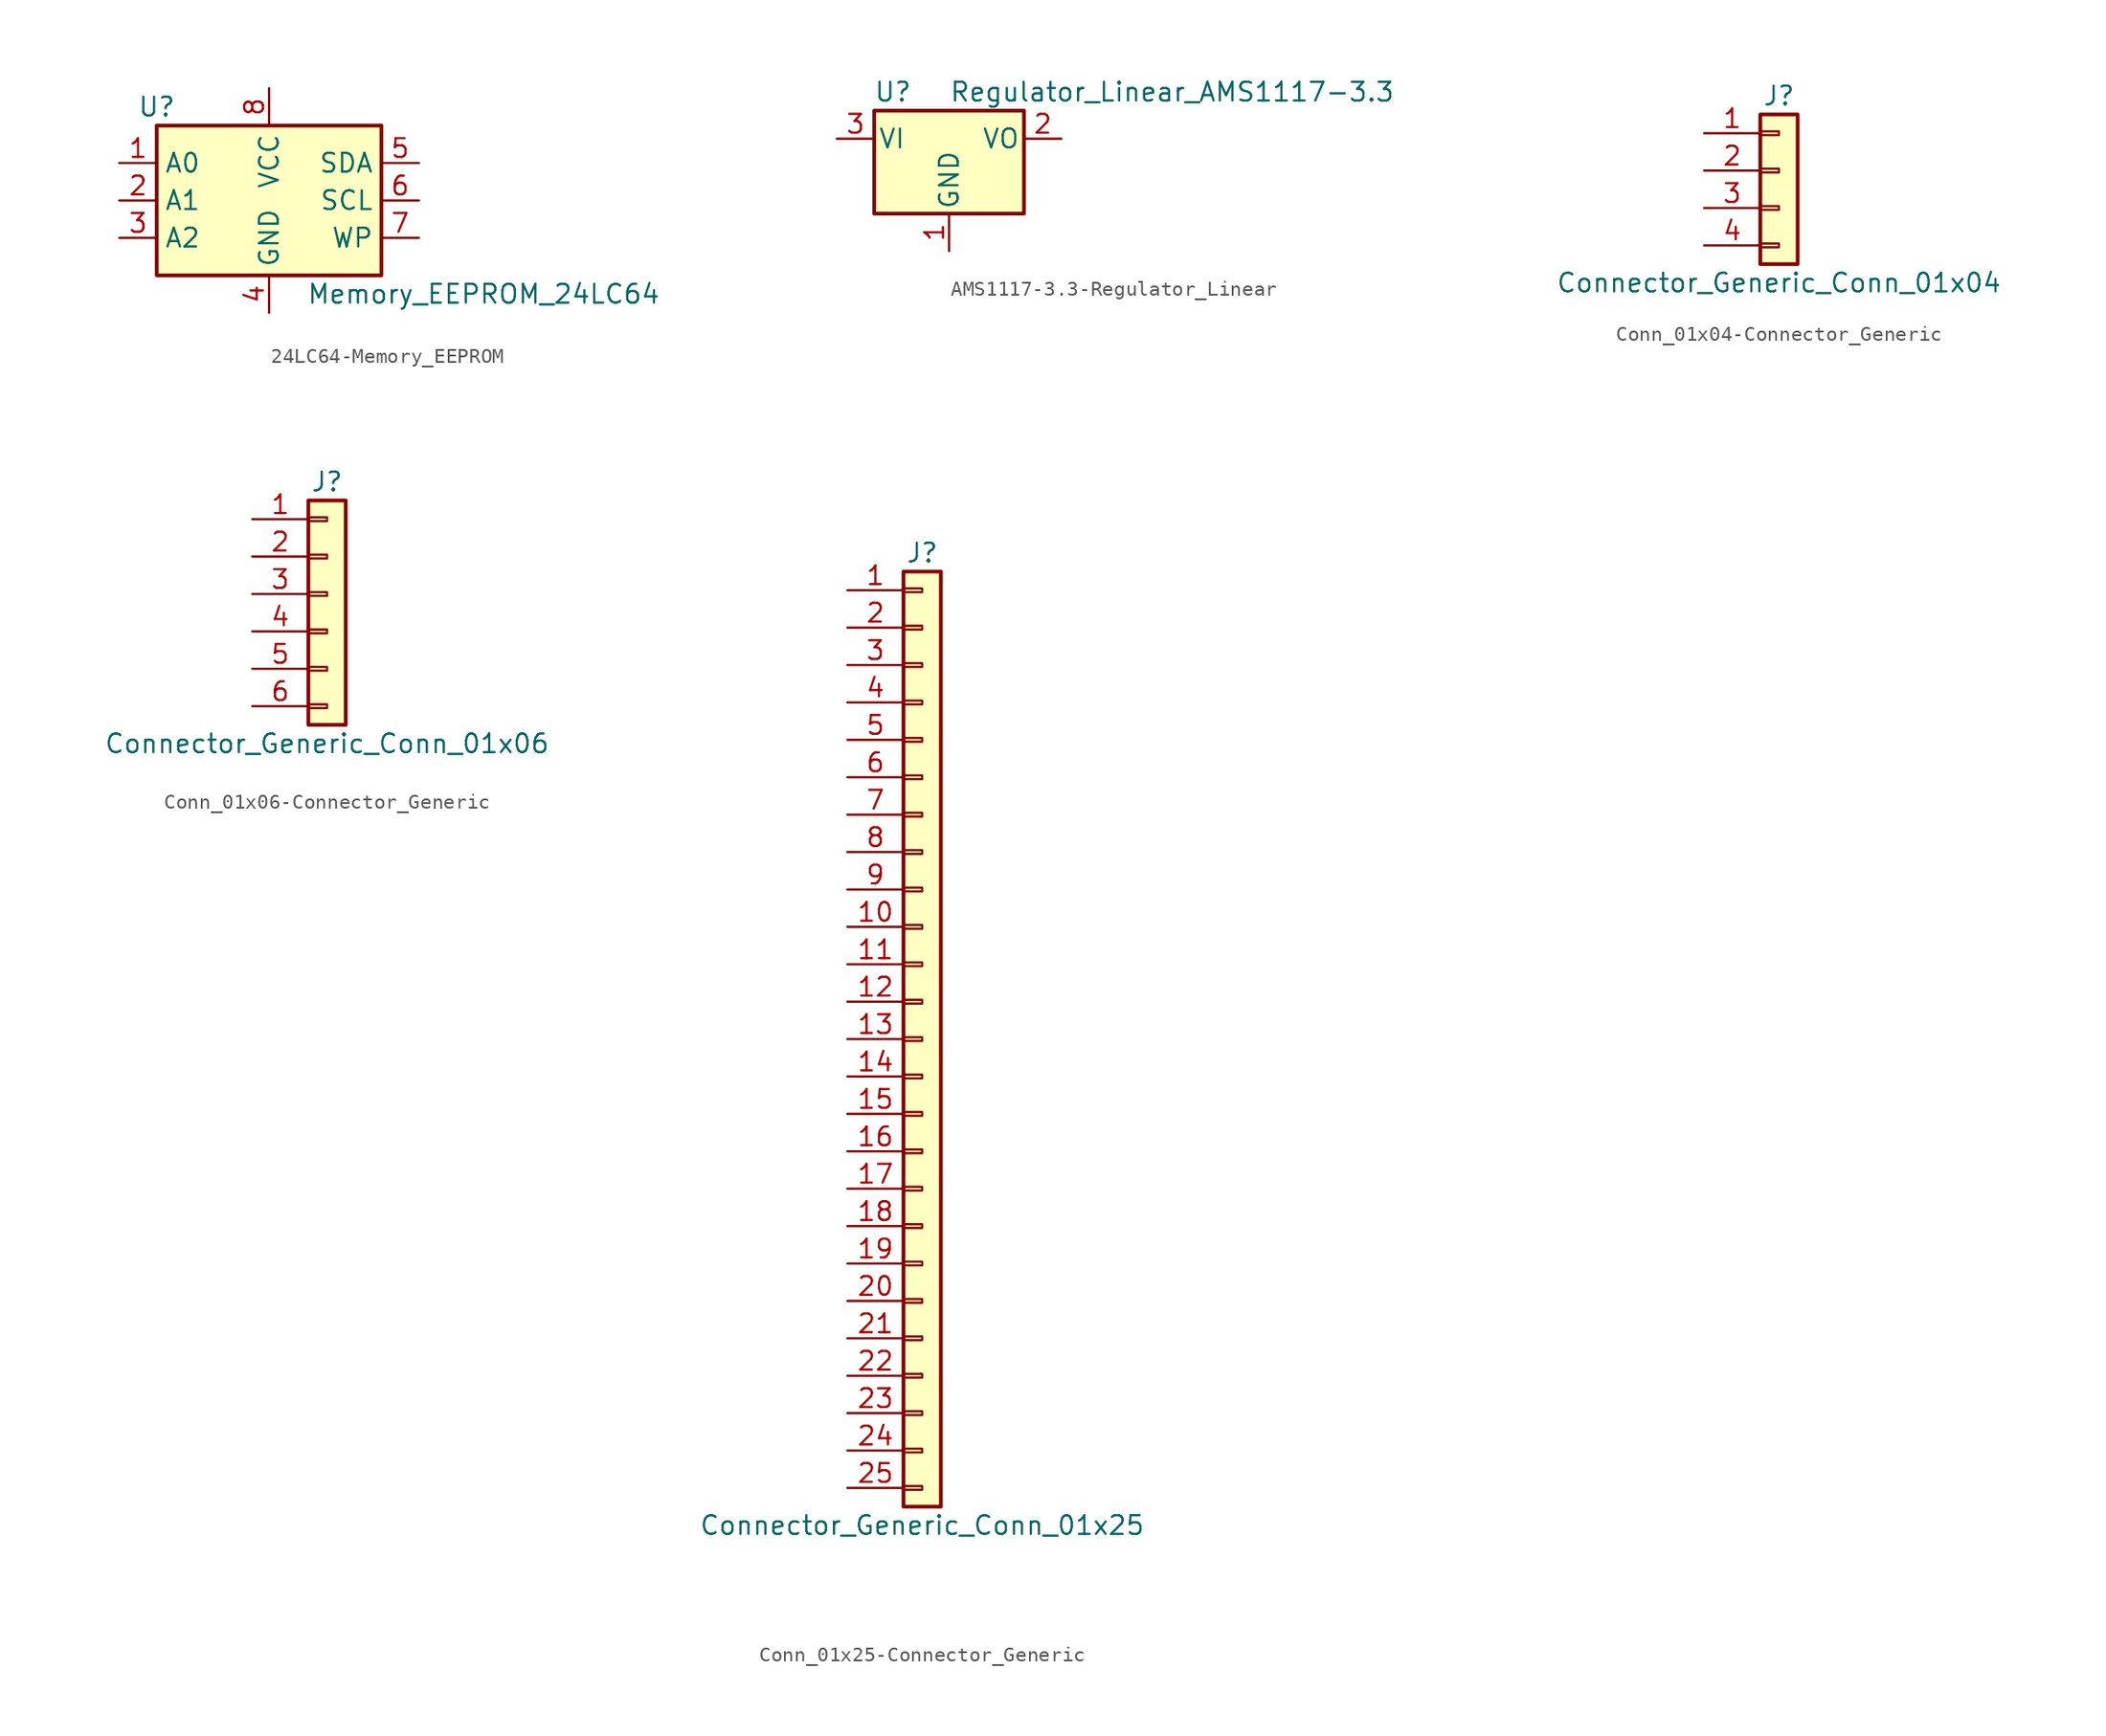
<source format=kicad_sym>
(kicad_symbol_lib
  (version 20220914)
  (generator kicad_symbol_editor)
  (symbol "24LC64-Memory_EEPROM"
    (property "Reference" "U"
      (at -7.62 6.35 0)
      (effects (font (size 1.27 1.27))))
    (property "Value" "Memory_EEPROM_24LC64"
      (at 2.54 -6.35 0)
      (effects (font (size 1.27 1.27)) (justify left)))
    (symbol "24LC64-Memory_EEPROM_1_1"
      (rectangle (start -7.62 5.08) (end 7.62 -5.08) (stroke (width 0.254) (type solid)) (fill (type background)))
      (pin input line (at -10.16 2.54 0) (length 2.54) (name "A0" (effects (font (size 1.27 1.27)))) (number "1" (effects (font (size 1.27 1.27)))))
      (pin input line (at -10.16 0 0) (length 2.54) (name "A1" (effects (font (size 1.27 1.27)))) (number "2" (effects (font (size 1.27 1.27)))))
      (pin input line (at -10.16 -2.54 0) (length 2.54) (name "A2" (effects (font (size 1.27 1.27)))) (number "3" (effects (font (size 1.27 1.27)))))
      (pin power_in line (at 0 -7.62 90) (length 2.54) (name "GND" (effects (font (size 1.27 1.27)))) (number "4" (effects (font (size 1.27 1.27)))))
      (pin bidirectional line (at 10.16 2.54 180) (length 2.54) (name "SDA" (effects (font (size 1.27 1.27)))) (number "5" (effects (font (size 1.27 1.27)))))
      (pin input line (at 10.16 0 180) (length 2.54) (name "SCL" (effects (font (size 1.27 1.27)))) (number "6" (effects (font (size 1.27 1.27)))))
      (pin input line (at 10.16 -2.54 180) (length 2.54) (name "WP" (effects (font (size 1.27 1.27)))) (number "7" (effects (font (size 1.27 1.27)))))
      (pin power_in line (at 0 7.62 270) (length 2.54) (name "VCC" (effects (font (size 1.27 1.27)))) (number "8" (effects (font (size 1.27 1.27)))))))
  (symbol "AMS1117-3.3-Regulator_Linear"
    (pin_names
      (offset 0.254))
    (property "Reference" "U"
      (at -3.81 3.175 0)
      (effects (font (size 1.27 1.27))))
    (property "Value" "Regulator_Linear_AMS1117-3.3"
      (at 0 3.175 0)
      (effects (font (size 1.27 1.27)) (justify left)))
    (symbol "AMS1117-3.3-Regulator_Linear_0_1"
      (rectangle (start -5.08 -5.08) (end 5.08 1.905) (stroke (width 0.254) (type solid)) (fill (type background))))
    (symbol "AMS1117-3.3-Regulator_Linear_1_1"
      (pin power_in line (at 0 -7.62 90) (length 2.54) (name "GND" (effects (font (size 1.27 1.27)))) (number "1" (effects (font (size 1.27 1.27)))))
      (pin power_out line (at 7.62 0 180) (length 2.54) (name "VO" (effects (font (size 1.27 1.27)))) (number "2" (effects (font (size 1.27 1.27)))))
      (pin power_in line (at -7.62 0 0) (length 2.54) (name "VI" (effects (font (size 1.27 1.27)))) (number "3" (effects (font (size 1.27 1.27)))))))
  (symbol "Conn_01x04-Connector_Generic"
    (pin_names
      (offset 1.016) hide)
    (property "Reference" "J"
      (at 0 5.08 0)
      (effects (font (size 1.27 1.27))))
    (property "Value" "Connector_Generic_Conn_01x04"
      (at 0 -7.62 0)
      (effects (font (size 1.27 1.27))))
    (symbol "Conn_01x04-Connector_Generic_1_1"
      (rectangle (start -1.27 -4.953) (end 0 -5.207) (stroke (width 0.152) (type solid)) (fill (type none)))
      (rectangle (start -1.27 -2.413) (end 0 -2.667) (stroke (width 0.152) (type solid)) (fill (type none)))
      (rectangle (start -1.27 0.127) (end 0 -0.127) (stroke (width 0.152) (type solid)) (fill (type none)))
      (rectangle (start -1.27 2.667) (end 0 2.413) (stroke (width 0.152) (type solid)) (fill (type none)))
      (rectangle (start -1.27 3.81) (end 1.27 -6.35) (stroke (width 0.254) (type solid)) (fill (type background)))
      (pin passive line (at -5.08 2.54 0) (length 3.81) (name "Pin_1" (effects (font (size 1.27 1.27)))) (number "1" (effects (font (size 1.27 1.27)))))
      (pin passive line (at -5.08 0 0) (length 3.81) (name "Pin_2" (effects (font (size 1.27 1.27)))) (number "2" (effects (font (size 1.27 1.27)))))
      (pin passive line (at -5.08 -2.54 0) (length 3.81) (name "Pin_3" (effects (font (size 1.27 1.27)))) (number "3" (effects (font (size 1.27 1.27)))))
      (pin passive line (at -5.08 -5.08 0) (length 3.81) (name "Pin_4" (effects (font (size 1.27 1.27)))) (number "4" (effects (font (size 1.27 1.27)))))))
  (symbol "Conn_01x06-Connector_Generic"
    (pin_names
      (offset 1.016) hide)
    (property "Reference" "J"
      (at 0 7.62 0)
      (effects (font (size 1.27 1.27))))
    (property "Value" "Connector_Generic_Conn_01x06"
      (at 0 -10.16 0)
      (effects (font (size 1.27 1.27))))
    (symbol "Conn_01x06-Connector_Generic_1_1"
      (rectangle (start -1.27 -7.493) (end 0 -7.747) (stroke (width 0.152) (type solid)) (fill (type none)))
      (rectangle (start -1.27 -4.953) (end 0 -5.207) (stroke (width 0.152) (type solid)) (fill (type none)))
      (rectangle (start -1.27 -2.413) (end 0 -2.667) (stroke (width 0.152) (type solid)) (fill (type none)))
      (rectangle (start -1.27 0.127) (end 0 -0.127) (stroke (width 0.152) (type solid)) (fill (type none)))
      (rectangle (start -1.27 2.667) (end 0 2.413) (stroke (width 0.152) (type solid)) (fill (type none)))
      (rectangle (start -1.27 5.207) (end 0 4.953) (stroke (width 0.152) (type solid)) (fill (type none)))
      (rectangle (start -1.27 6.35) (end 1.27 -8.89) (stroke (width 0.254) (type solid)) (fill (type background)))
      (pin passive line (at -5.08 5.08 0) (length 3.81) (name "Pin_1" (effects (font (size 1.27 1.27)))) (number "1" (effects (font (size 1.27 1.27)))))
      (pin passive line (at -5.08 2.54 0) (length 3.81) (name "Pin_2" (effects (font (size 1.27 1.27)))) (number "2" (effects (font (size 1.27 1.27)))))
      (pin passive line (at -5.08 0 0) (length 3.81) (name "Pin_3" (effects (font (size 1.27 1.27)))) (number "3" (effects (font (size 1.27 1.27)))))
      (pin passive line (at -5.08 -2.54 0) (length 3.81) (name "Pin_4" (effects (font (size 1.27 1.27)))) (number "4" (effects (font (size 1.27 1.27)))))
      (pin passive line (at -5.08 -5.08 0) (length 3.81) (name "Pin_5" (effects (font (size 1.27 1.27)))) (number "5" (effects (font (size 1.27 1.27)))))
      (pin passive line (at -5.08 -7.62 0) (length 3.81) (name "Pin_6" (effects (font (size 1.27 1.27)))) (number "6" (effects (font (size 1.27 1.27)))))))
  (symbol "Conn_01x25-Connector_Generic"
    (pin_names
      (offset 1.016) hide)
    (property "Reference" "J"
      (at 0 33.02 0)
      (effects (font (size 1.27 1.27))))
    (property "Value" "Connector_Generic_Conn_01x25"
      (at 0 -33.02 0)
      (effects (font (size 1.27 1.27))))
    (symbol "Conn_01x25-Connector_Generic_1_1"
      (rectangle (start -1.27 -30.353) (end 0 -30.607) (stroke (width 0.152) (type solid)) (fill (type none)))
      (rectangle (start -1.27 -27.813) (end 0 -28.067) (stroke (width 0.152) (type solid)) (fill (type none)))
      (rectangle (start -1.27 -25.273) (end 0 -25.527) (stroke (width 0.152) (type solid)) (fill (type none)))
      (rectangle (start -1.27 -22.733) (end 0 -22.987) (stroke (width 0.152) (type solid)) (fill (type none)))
      (rectangle (start -1.27 -20.193) (end 0 -20.447) (stroke (width 0.152) (type solid)) (fill (type none)))
      (rectangle (start -1.27 -17.653) (end 0 -17.907) (stroke (width 0.152) (type solid)) (fill (type none)))
      (rectangle (start -1.27 -15.113) (end 0 -15.367) (stroke (width 0.152) (type solid)) (fill (type none)))
      (rectangle (start -1.27 -12.573) (end 0 -12.827) (stroke (width 0.152) (type solid)) (fill (type none)))
      (rectangle (start -1.27 -10.033) (end 0 -10.287) (stroke (width 0.152) (type solid)) (fill (type none)))
      (rectangle (start -1.27 -7.493) (end 0 -7.747) (stroke (width 0.152) (type solid)) (fill (type none)))
      (rectangle (start -1.27 -4.953) (end 0 -5.207) (stroke (width 0.152) (type solid)) (fill (type none)))
      (rectangle (start -1.27 -2.413) (end 0 -2.667) (stroke (width 0.152) (type solid)) (fill (type none)))
      (rectangle (start -1.27 0.127) (end 0 -0.127) (stroke (width 0.152) (type solid)) (fill (type none)))
      (rectangle (start -1.27 2.667) (end 0 2.413) (stroke (width 0.152) (type solid)) (fill (type none)))
      (rectangle (start -1.27 5.207) (end 0 4.953) (stroke (width 0.152) (type solid)) (fill (type none)))
      (rectangle (start -1.27 7.747) (end 0 7.493) (stroke (width 0.152) (type solid)) (fill (type none)))
      (rectangle (start -1.27 10.287) (end 0 10.033) (stroke (width 0.152) (type solid)) (fill (type none)))
      (rectangle (start -1.27 12.827) (end 0 12.573) (stroke (width 0.152) (type solid)) (fill (type none)))
      (rectangle (start -1.27 15.367) (end 0 15.113) (stroke (width 0.152) (type solid)) (fill (type none)))
      (rectangle (start -1.27 17.907) (end 0 17.653) (stroke (width 0.152) (type solid)) (fill (type none)))
      (rectangle (start -1.27 20.447) (end 0 20.193) (stroke (width 0.152) (type solid)) (fill (type none)))
      (rectangle (start -1.27 22.987) (end 0 22.733) (stroke (width 0.152) (type solid)) (fill (type none)))
      (rectangle (start -1.27 25.527) (end 0 25.273) (stroke (width 0.152) (type solid)) (fill (type none)))
      (rectangle (start -1.27 28.067) (end 0 27.813) (stroke (width 0.152) (type solid)) (fill (type none)))
      (rectangle (start -1.27 30.607) (end 0 30.353) (stroke (width 0.152) (type solid)) (fill (type none)))
      (rectangle (start -1.27 31.75) (end 1.27 -31.75) (stroke (width 0.254) (type solid)) (fill (type background)))
      (pin passive line (at -5.08 30.48 0) (length 3.81) (name "Pin_1" (effects (font (size 1.27 1.27)))) (number "1" (effects (font (size 1.27 1.27)))))
      (pin passive line (at -5.08 7.62 0) (length 3.81) (name "Pin_10" (effects (font (size 1.27 1.27)))) (number "10" (effects (font (size 1.27 1.27)))))
      (pin passive line (at -5.08 5.08 0) (length 3.81) (name "Pin_11" (effects (font (size 1.27 1.27)))) (number "11" (effects (font (size 1.27 1.27)))))
      (pin passive line (at -5.08 2.54 0) (length 3.81) (name "Pin_12" (effects (font (size 1.27 1.27)))) (number "12" (effects (font (size 1.27 1.27)))))
      (pin passive line (at -5.08 0 0) (length 3.81) (name "Pin_13" (effects (font (size 1.27 1.27)))) (number "13" (effects (font (size 1.27 1.27)))))
      (pin passive line (at -5.08 -2.54 0) (length 3.81) (name "Pin_14" (effects (font (size 1.27 1.27)))) (number "14" (effects (font (size 1.27 1.27)))))
      (pin passive line (at -5.08 -5.08 0) (length 3.81) (name "Pin_15" (effects (font (size 1.27 1.27)))) (number "15" (effects (font (size 1.27 1.27)))))
      (pin passive line (at -5.08 -7.62 0) (length 3.81) (name "Pin_16" (effects (font (size 1.27 1.27)))) (number "16" (effects (font (size 1.27 1.27)))))
      (pin passive line (at -5.08 -10.16 0) (length 3.81) (name "Pin_17" (effects (font (size 1.27 1.27)))) (number "17" (effects (font (size 1.27 1.27)))))
      (pin passive line (at -5.08 -12.7 0) (length 3.81) (name "Pin_18" (effects (font (size 1.27 1.27)))) (number "18" (effects (font (size 1.27 1.27)))))
      (pin passive line (at -5.08 -15.24 0) (length 3.81) (name "Pin_19" (effects (font (size 1.27 1.27)))) (number "19" (effects (font (size 1.27 1.27)))))
      (pin passive line (at -5.08 27.94 0) (length 3.81) (name "Pin_2" (effects (font (size 1.27 1.27)))) (number "2" (effects (font (size 1.27 1.27)))))
      (pin passive line (at -5.08 -17.78 0) (length 3.81) (name "Pin_20" (effects (font (size 1.27 1.27)))) (number "20" (effects (font (size 1.27 1.27)))))
      (pin passive line (at -5.08 -20.32 0) (length 3.81) (name "Pin_21" (effects (font (size 1.27 1.27)))) (number "21" (effects (font (size 1.27 1.27)))))
      (pin passive line (at -5.08 -22.86 0) (length 3.81) (name "Pin_22" (effects (font (size 1.27 1.27)))) (number "22" (effects (font (size 1.27 1.27)))))
      (pin passive line (at -5.08 -25.4 0) (length 3.81) (name "Pin_23" (effects (font (size 1.27 1.27)))) (number "23" (effects (font (size 1.27 1.27)))))
      (pin passive line (at -5.08 -27.94 0) (length 3.81) (name "Pin_24" (effects (font (size 1.27 1.27)))) (number "24" (effects (font (size 1.27 1.27)))))
      (pin passive line (at -5.08 -30.48 0) (length 3.81) (name "Pin_25" (effects (font (size 1.27 1.27)))) (number "25" (effects (font (size 1.27 1.27)))))
      (pin passive line (at -5.08 25.4 0) (length 3.81) (name "Pin_3" (effects (font (size 1.27 1.27)))) (number "3" (effects (font (size 1.27 1.27)))))
      (pin passive line (at -5.08 22.86 0) (length 3.81) (name "Pin_4" (effects (font (size 1.27 1.27)))) (number "4" (effects (font (size 1.27 1.27)))))
      (pin passive line (at -5.08 20.32 0) (length 3.81) (name "Pin_5" (effects (font (size 1.27 1.27)))) (number "5" (effects (font (size 1.27 1.27)))))
      (pin passive line (at -5.08 17.78 0) (length 3.81) (name "Pin_6" (effects (font (size 1.27 1.27)))) (number "6" (effects (font (size 1.27 1.27)))))
      (pin passive line (at -5.08 15.24 0) (length 3.81) (name "Pin_7" (effects (font (size 1.27 1.27)))) (number "7" (effects (font (size 1.27 1.27)))))
      (pin passive line (at -5.08 12.7 0) (length 3.81) (name "Pin_8" (effects (font (size 1.27 1.27)))) (number "8" (effects (font (size 1.27 1.27)))))
      (pin passive line (at -5.08 10.16 0) (length 3.81) (name "Pin_9" (effects (font (size 1.27 1.27)))) (number "9" (effects (font (size 1.27 1.27))))))))
</source>
